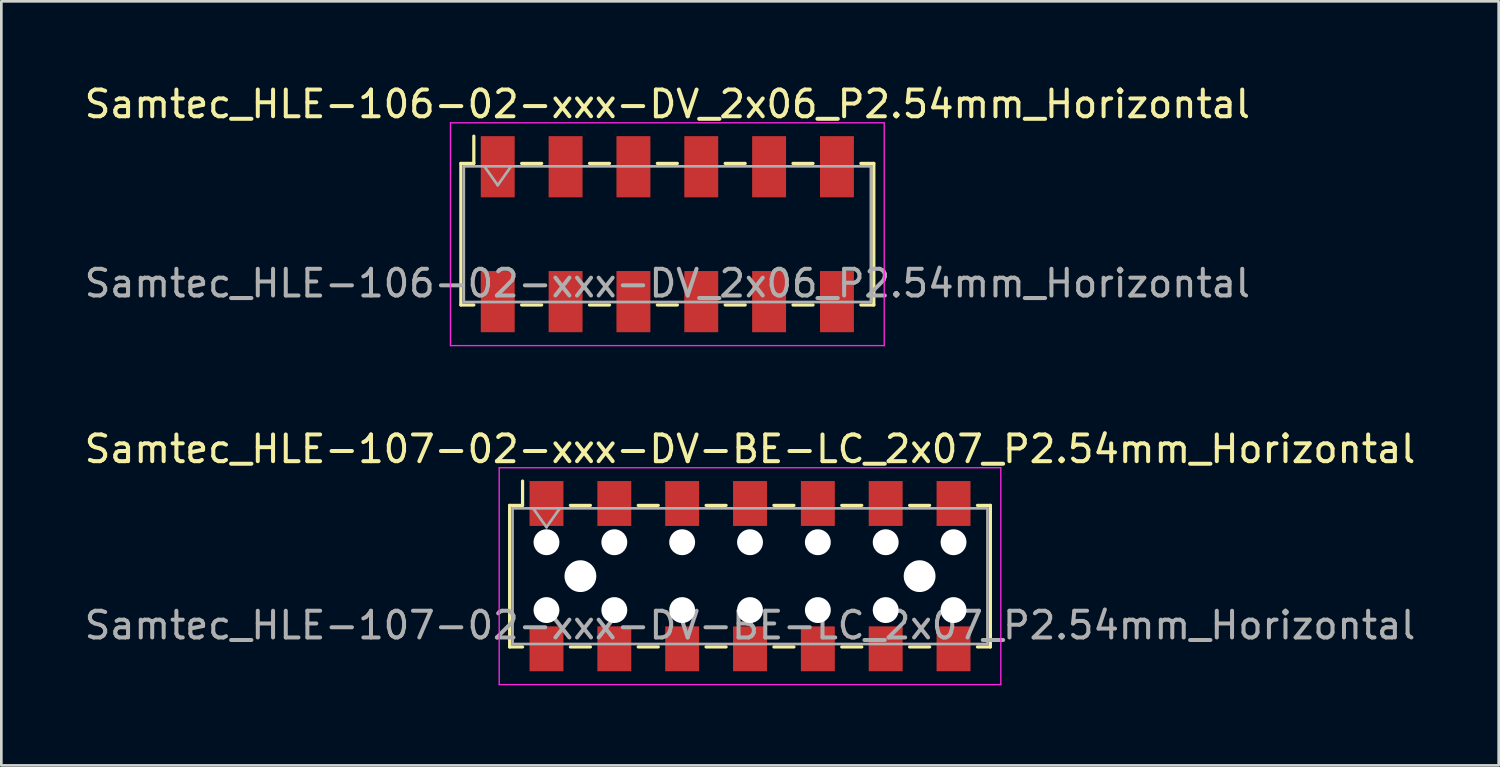
<source format=kicad_pcb>
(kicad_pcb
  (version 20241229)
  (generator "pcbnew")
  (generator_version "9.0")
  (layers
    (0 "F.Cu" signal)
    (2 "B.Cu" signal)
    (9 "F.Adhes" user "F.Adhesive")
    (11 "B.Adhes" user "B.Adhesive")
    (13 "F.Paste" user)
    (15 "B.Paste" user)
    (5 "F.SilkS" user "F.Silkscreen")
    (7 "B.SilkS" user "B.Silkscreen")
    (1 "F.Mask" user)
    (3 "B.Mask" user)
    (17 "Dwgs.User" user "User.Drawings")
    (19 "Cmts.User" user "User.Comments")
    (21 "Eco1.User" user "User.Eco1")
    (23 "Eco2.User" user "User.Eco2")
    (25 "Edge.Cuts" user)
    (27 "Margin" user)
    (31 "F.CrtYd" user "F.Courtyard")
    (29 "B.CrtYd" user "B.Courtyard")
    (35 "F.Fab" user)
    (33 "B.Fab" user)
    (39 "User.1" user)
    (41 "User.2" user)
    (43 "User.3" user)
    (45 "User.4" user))
  (footprint "Samtec_HLE-107-02-xxx-DV-BE-LC_2x07_P2.54mm_Horizontal"
    (layer "F.Cu")
    (at 25.03 18.521)
    (property "Reference" "Samtec_HLE-107-02-xxx-DV-BE-LC_2x07_P2.54mm_Horizontal" (at 0 -4.76 0) (layer "F.SilkS") (effects (font (size 1 1) (thickness 0.15))))
    (attr smd)
    (fp_line (start -9 -2.65) (end -9 2.65) (stroke (width 0.12) (type solid)) (layer "F.SilkS"))
    (fp_line (start -9 2.65) (end -8.515 2.65) (stroke (width 0.12) (type solid)) (layer "F.SilkS"))
    (fp_line (start -8.515 -3.56) (end -8.515 -2.65) (stroke (width 0.12) (type solid)) (layer "F.SilkS"))
    (fp_line (start -8.515 -2.65) (end -9 -2.65) (stroke (width 0.12) (type solid)) (layer "F.SilkS"))
    (fp_line (start -6.725 -2.65) (end -5.975 -2.65) (stroke (width 0.12) (type solid)) (layer "F.SilkS"))
    (fp_line (start -6.725 2.65) (end -5.975 2.65) (stroke (width 0.12) (type solid)) (layer "F.SilkS"))
    (fp_line (start -4.185 -2.65) (end -3.435 -2.65) (stroke (width 0.12) (type solid)) (layer "F.SilkS"))
    (fp_line (start -4.185 2.65) (end -3.435 2.65) (stroke (width 0.12) (type solid)) (layer "F.SilkS"))
    (fp_line (start -1.645 -2.65) (end -0.895 -2.65) (stroke (width 0.12) (type solid)) (layer "F.SilkS"))
    (fp_line (start -1.645 2.65) (end -0.895 2.65) (stroke (width 0.12) (type solid)) (layer "F.SilkS"))
    (fp_line (start 0.895 -2.65) (end 1.645 -2.65) (stroke (width 0.12) (type solid)) (layer "F.SilkS"))
    (fp_line (start 0.895 2.65) (end 1.645 2.65) (stroke (width 0.12) (type solid)) (layer "F.SilkS"))
    (fp_line (start 3.435 -2.65) (end 4.185 -2.65) (stroke (width 0.12) (type solid)) (layer "F.SilkS"))
    (fp_line (start 3.435 2.65) (end 4.185 2.65) (stroke (width 0.12) (type solid)) (layer "F.SilkS"))
    (fp_line (start 5.975 -2.65) (end 6.725 -2.65) (stroke (width 0.12) (type solid)) (layer "F.SilkS"))
    (fp_line (start 5.975 2.65) (end 6.725 2.65) (stroke (width 0.12) (type solid)) (layer "F.SilkS"))
    (fp_line (start 8.515 -2.65) (end 9 -2.65) (stroke (width 0.12) (type solid)) (layer "F.SilkS"))
    (fp_line (start 9 -2.65) (end 9 2.65) (stroke (width 0.12) (type solid)) (layer "F.SilkS"))
    (fp_line (start 9 2.65) (end 8.515 2.65) (stroke (width 0.12) (type solid)) (layer "F.SilkS"))
    (fp_line (start -9.39 -4.06) (end 9.39 -4.06) (stroke (width 0.05) (type solid)) (layer "F.CrtYd"))
    (fp_line (start -9.39 4.06) (end -9.39 -4.06) (stroke (width 0.05) (type solid)) (layer "F.CrtYd"))
    (fp_line (start 9.39 -4.06) (end 9.39 4.06) (stroke (width 0.05) (type solid)) (layer "F.CrtYd"))
    (fp_line (start 9.39 4.06) (end -9.39 4.06) (stroke (width 0.05) (type solid)) (layer "F.CrtYd"))
    (fp_line (start -8.89 -2.54) (end 8.89 -2.54) (stroke (width 0.1) (type solid)) (layer "F.Fab"))
    (fp_line (start -8.89 2.54) (end -8.89 -2.54) (stroke (width 0.1) (type solid)) (layer "F.Fab"))
    (fp_line (start -8.12 -2.54) (end -7.62 -1.833) (stroke (width 0.1) (type solid)) (layer "F.Fab"))
    (fp_line (start -7.62 -1.833) (end -7.12 -2.54) (stroke (width 0.1) (type solid)) (layer "F.Fab"))
    (fp_line (start 8.89 -2.54) (end 8.89 2.54) (stroke (width 0.1) (type solid)) (layer "F.Fab"))
    (fp_line (start 8.89 2.54) (end -8.89 2.54) (stroke (width 0.1) (type solid)) (layer "F.Fab"))
    (fp_text user "${REFERENCE}" (at 0 1.84 0) (layer "F.Fab") (effects (font (size 1 1) (thickness 0.15))))
    (pad "" np_thru_hole circle (at -7.62 -1.27) (size 0.97 0.97) (drill 0.97) (layers "*.Cu" "*.Mask"))
    (pad "" np_thru_hole circle (at -7.62 1.27) (size 0.97 0.97) (drill 0.97) (layers "*.Cu" "*.Mask"))
    (pad "" np_thru_hole circle (at -6.35 0) (size 1.19 1.19) (drill 1.19) (layers "*.Cu" "*.Mask"))
    (pad "" np_thru_hole circle (at -5.08 -1.27) (size 0.97 0.97) (drill 0.97) (layers "*.Cu" "*.Mask"))
    (pad "" np_thru_hole circle (at -5.08 1.27) (size 0.97 0.97) (drill 0.97) (layers "*.Cu" "*.Mask"))
    (pad "" np_thru_hole circle (at -2.54 -1.27) (size 0.97 0.97) (drill 0.97) (layers "*.Cu" "*.Mask"))
    (pad "" np_thru_hole circle (at -2.54 1.27) (size 0.97 0.97) (drill 0.97) (layers "*.Cu" "*.Mask"))
    (pad "" np_thru_hole circle (at 0 -1.27) (size 0.97 0.97) (drill 0.97) (layers "*.Cu" "*.Mask"))
    (pad "" np_thru_hole circle (at 0 1.27) (size 0.97 0.97) (drill 0.97) (layers "*.Cu" "*.Mask"))
    (pad "" np_thru_hole circle (at 2.54 -1.27) (size 0.97 0.97) (drill 0.97) (layers "*.Cu" "*.Mask"))
    (pad "" np_thru_hole circle (at 2.54 1.27) (size 0.97 0.97) (drill 0.97) (layers "*.Cu" "*.Mask"))
    (pad "" np_thru_hole circle (at 5.08 -1.27) (size 0.97 0.97) (drill 0.97) (layers "*.Cu" "*.Mask"))
    (pad "" np_thru_hole circle (at 5.08 1.27) (size 0.97 0.97) (drill 0.97) (layers "*.Cu" "*.Mask"))
    (pad "" np_thru_hole circle (at 6.35 0) (size 1.19 1.19) (drill 1.19) (layers "*.Cu" "*.Mask"))
    (pad "" np_thru_hole circle (at 7.62 -1.27) (size 0.97 0.97) (drill 0.97) (layers "*.Cu" "*.Mask"))
    (pad "" np_thru_hole circle (at 7.62 1.27) (size 0.97 0.97) (drill 0.97) (layers "*.Cu" "*.Mask"))
    (pad "1" smd rect (at -7.62 -2.72) (size 1.27 1.68) (layers "F.Cu" "F.Mask" "F.Paste"))
    (pad "2" smd rect (at -7.62 2.72) (size 1.27 1.68) (layers "F.Cu" "F.Mask" "F.Paste"))
    (pad "3" smd rect (at -5.08 -2.72) (size 1.27 1.68) (layers "F.Cu" "F.Mask" "F.Paste"))
    (pad "4" smd rect (at -5.08 2.72) (size 1.27 1.68) (layers "F.Cu" "F.Mask" "F.Paste"))
    (pad "5" smd rect (at -2.54 -2.72) (size 1.27 1.68) (layers "F.Cu" "F.Mask" "F.Paste"))
    (pad "6" smd rect (at -2.54 2.72) (size 1.27 1.68) (layers "F.Cu" "F.Mask" "F.Paste"))
    (pad "7" smd rect (at 0 -2.72) (size 1.27 1.68) (layers "F.Cu" "F.Mask" "F.Paste"))
    (pad "8" smd rect (at 0 2.72) (size 1.27 1.68) (layers "F.Cu" "F.Mask" "F.Paste"))
    (pad "9" smd rect (at 2.54 -2.72) (size 1.27 1.68) (layers "F.Cu" "F.Mask" "F.Paste"))
    (pad "10" smd rect (at 2.54 2.72) (size 1.27 1.68) (layers "F.Cu" "F.Mask" "F.Paste"))
    (pad "11" smd rect (at 5.08 -2.72) (size 1.27 1.68) (layers "F.Cu" "F.Mask" "F.Paste"))
    (pad "12" smd rect (at 5.08 2.72) (size 1.27 1.68) (layers "F.Cu" "F.Mask" "F.Paste"))
    (pad "13" smd rect (at 7.62 -2.72) (size 1.27 1.68) (layers "F.Cu" "F.Mask" "F.Paste"))
    (pad "14" smd rect (at 7.62 2.72) (size 1.27 1.68) (layers "F.Cu" "F.Mask" "F.Paste")))
  (footprint "Samtec_HLE-106-02-xxx-DV_2x06_P2.54mm_Horizontal"
    (layer "F.Cu")
    (at 21.935 5.718)
    (property "Reference" "Samtec_HLE-106-02-xxx-DV_2x06_P2.54mm_Horizontal" (at 0 -4.87 0) (layer "F.SilkS") (effects (font (size 1 1) (thickness 0.15))))
    (attr smd)
    (fp_line (start -7.73 -2.65) (end -7.73 2.65) (stroke (width 0.12) (type solid)) (layer "F.SilkS"))
    (fp_line (start -7.73 2.65) (end -7.245 2.65) (stroke (width 0.12) (type solid)) (layer "F.SilkS"))
    (fp_line (start -7.245 -3.67) (end -7.245 -2.65) (stroke (width 0.12) (type solid)) (layer "F.SilkS"))
    (fp_line (start -7.245 -2.65) (end -7.73 -2.65) (stroke (width 0.12) (type solid)) (layer "F.SilkS"))
    (fp_line (start -5.455 -2.65) (end -4.705 -2.65) (stroke (width 0.12) (type solid)) (layer "F.SilkS"))
    (fp_line (start -5.455 2.65) (end -4.705 2.65) (stroke (width 0.12) (type solid)) (layer "F.SilkS"))
    (fp_line (start -2.915 -2.65) (end -2.165 -2.65) (stroke (width 0.12) (type solid)) (layer "F.SilkS"))
    (fp_line (start -2.915 2.65) (end -2.165 2.65) (stroke (width 0.12) (type solid)) (layer "F.SilkS"))
    (fp_line (start -0.375 -2.65) (end 0.375 -2.65) (stroke (width 0.12) (type solid)) (layer "F.SilkS"))
    (fp_line (start -0.375 2.65) (end 0.375 2.65) (stroke (width 0.12) (type solid)) (layer "F.SilkS"))
    (fp_line (start 2.165 -2.65) (end 2.915 -2.65) (stroke (width 0.12) (type solid)) (layer "F.SilkS"))
    (fp_line (start 2.165 2.65) (end 2.915 2.65) (stroke (width 0.12) (type solid)) (layer "F.SilkS"))
    (fp_line (start 4.705 -2.65) (end 5.455 -2.65) (stroke (width 0.12) (type solid)) (layer "F.SilkS"))
    (fp_line (start 4.705 2.65) (end 5.455 2.65) (stroke (width 0.12) (type solid)) (layer "F.SilkS"))
    (fp_line (start 7.245 -2.65) (end 7.73 -2.65) (stroke (width 0.12) (type solid)) (layer "F.SilkS"))
    (fp_line (start 7.73 -2.65) (end 7.73 2.65) (stroke (width 0.12) (type solid)) (layer "F.SilkS"))
    (fp_line (start 7.73 2.65) (end 7.245 2.65) (stroke (width 0.12) (type solid)) (layer "F.SilkS"))
    (fp_line (start -8.12 -4.17) (end 8.12 -4.17) (stroke (width 0.05) (type solid)) (layer "F.CrtYd"))
    (fp_line (start -8.12 4.17) (end -8.12 -4.17) (stroke (width 0.05) (type solid)) (layer "F.CrtYd"))
    (fp_line (start 8.12 -4.17) (end 8.12 4.17) (stroke (width 0.05) (type solid)) (layer "F.CrtYd"))
    (fp_line (start 8.12 4.17) (end -8.12 4.17) (stroke (width 0.05) (type solid)) (layer "F.CrtYd"))
    (fp_line (start -7.62 -2.54) (end 7.62 -2.54) (stroke (width 0.1) (type solid)) (layer "F.Fab"))
    (fp_line (start -7.62 2.54) (end -7.62 -2.54) (stroke (width 0.1) (type solid)) (layer "F.Fab"))
    (fp_line (start -6.85 -2.54) (end -6.35 -1.833) (stroke (width 0.1) (type solid)) (layer "F.Fab"))
    (fp_line (start -6.35 -1.833) (end -5.85 -2.54) (stroke (width 0.1) (type solid)) (layer "F.Fab"))
    (fp_line (start 7.62 -2.54) (end 7.62 2.54) (stroke (width 0.1) (type solid)) (layer "F.Fab"))
    (fp_line (start 7.62 2.54) (end -7.62 2.54) (stroke (width 0.1) (type solid)) (layer "F.Fab"))
    (fp_text user "${REFERENCE}" (at 0 1.84 0) (layer "F.Fab") (effects (font (size 1 1) (thickness 0.15))))
    (pad "1" smd rect (at -6.35 -2.525) (size 1.27 2.29) (layers "F.Cu" "F.Mask" "F.Paste"))
    (pad "2" smd rect (at -6.35 2.525) (size 1.27 2.29) (layers "F.Cu" "F.Mask" "F.Paste"))
    (pad "3" smd rect (at -3.81 -2.525) (size 1.27 2.29) (layers "F.Cu" "F.Mask" "F.Paste"))
    (pad "4" smd rect (at -3.81 2.525) (size 1.27 2.29) (layers "F.Cu" "F.Mask" "F.Paste"))
    (pad "5" smd rect (at -1.27 -2.525) (size 1.27 2.29) (layers "F.Cu" "F.Mask" "F.Paste"))
    (pad "6" smd rect (at -1.27 2.525) (size 1.27 2.29) (layers "F.Cu" "F.Mask" "F.Paste"))
    (pad "7" smd rect (at 1.27 -2.525) (size 1.27 2.29) (layers "F.Cu" "F.Mask" "F.Paste"))
    (pad "8" smd rect (at 1.27 2.525) (size 1.27 2.29) (layers "F.Cu" "F.Mask" "F.Paste"))
    (pad "9" smd rect (at 3.81 -2.525) (size 1.27 2.29) (layers "F.Cu" "F.Mask" "F.Paste"))
    (pad "10" smd rect (at 3.81 2.525) (size 1.27 2.29) (layers "F.Cu" "F.Mask" "F.Paste"))
    (pad "11" smd rect (at 6.35 -2.525) (size 1.27 2.29) (layers "F.Cu" "F.Mask" "F.Paste"))
    (pad "12" smd rect (at 6.35 2.525) (size 1.27 2.29) (layers "F.Cu" "F.Mask" "F.Paste")))
  (gr_rect
    (start -3 -3)
    (end 53.06 25.607)
    (stroke (width 0.1) (type default))
    (fill no)
    (layer "Edge.Cuts")))
</source>
